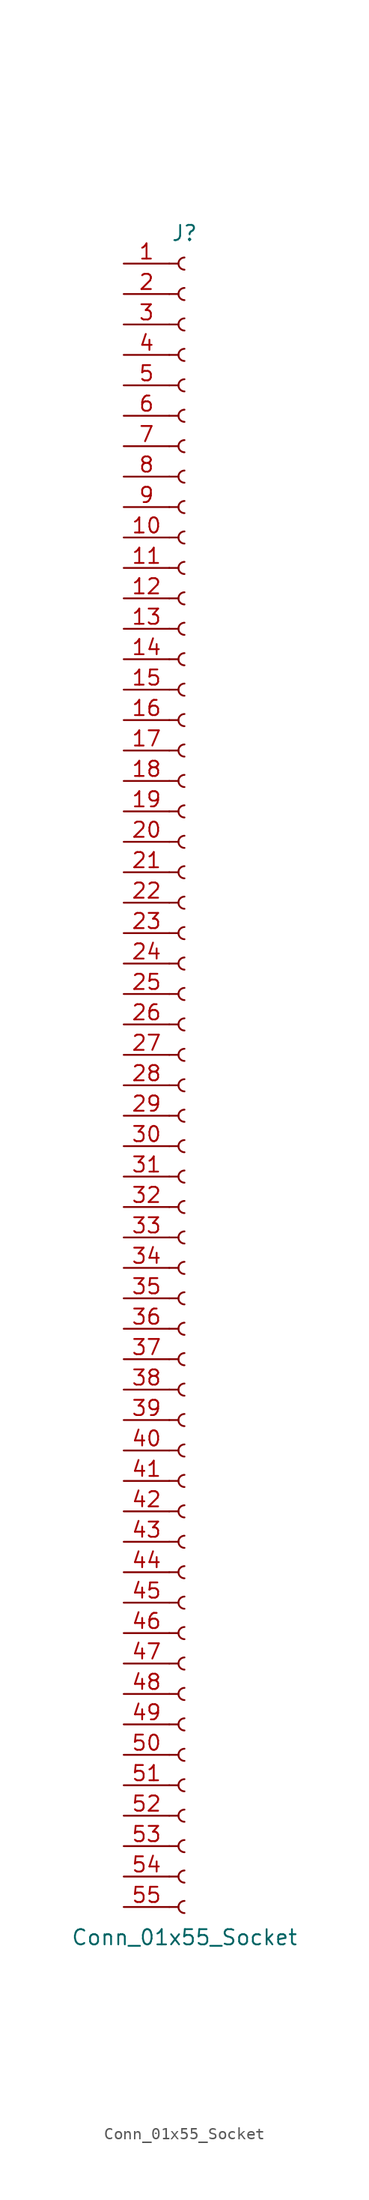
<source format=kicad_sym>
(kicad_symbol_lib
  (version 20220914)
  (generator kicad_symbol_editor)
  (symbol "Conn_01x55_Socket"
    (pin_names
      (offset 1.016) hide)
    (property "Reference" "J"
      (at 0 71.12 0)
      (effects (font (size 1.27 1.27))))
    (property "Value" "Conn_01x55_Socket"
      (at 0 -71.12 0)
      (effects (font (size 1.27 1.27))))
    (property "ki_locked" ""
      (at 0 0 0)
      (effects (font (size 1.27 1.27))))
    (symbol "Conn_01x55_Socket_1_1"
      (arc (start 0 -68.072) (mid -0.5058 -68.58) (end 0 -69.088) (stroke (width 0.1524) (type default)) (fill (type none)))
      (arc (start 0 -65.532) (mid -0.5058 -66.04) (end 0 -66.548) (stroke (width 0.1524) (type default)) (fill (type none)))
      (arc (start 0 -62.992) (mid -0.5058 -63.5) (end 0 -64.008) (stroke (width 0.1524) (type default)) (fill (type none)))
      (arc (start 0 -60.452) (mid -0.5058 -60.96) (end 0 -61.468) (stroke (width 0.1524) (type default)) (fill (type none)))
      (arc (start 0 -57.912) (mid -0.5058 -58.42) (end 0 -58.928) (stroke (width 0.1524) (type default)) (fill (type none)))
      (arc (start 0 -55.372) (mid -0.5058 -55.88) (end 0 -56.388) (stroke (width 0.1524) (type default)) (fill (type none)))
      (arc (start 0 -52.832) (mid -0.5058 -53.34) (end 0 -53.848) (stroke (width 0.1524) (type default)) (fill (type none)))
      (arc (start 0 -50.292) (mid -0.5058 -50.8) (end 0 -51.308) (stroke (width 0.1524) (type default)) (fill (type none)))
      (arc (start 0 -47.752) (mid -0.5058 -48.26) (end 0 -48.768) (stroke (width 0.1524) (type default)) (fill (type none)))
      (arc (start 0 -45.212) (mid -0.5058 -45.72) (end 0 -46.228) (stroke (width 0.1524) (type default)) (fill (type none)))
      (arc (start 0 -42.672) (mid -0.5058 -43.18) (end 0 -43.688) (stroke (width 0.1524) (type default)) (fill (type none)))
      (arc (start 0 -40.132) (mid -0.5058 -40.64) (end 0 -41.148) (stroke (width 0.1524) (type default)) (fill (type none)))
      (arc (start 0 -37.592) (mid -0.5058 -38.1) (end 0 -38.608) (stroke (width 0.1524) (type default)) (fill (type none)))
      (arc (start 0 -35.052) (mid -0.5058 -35.56) (end 0 -36.068) (stroke (width 0.1524) (type default)) (fill (type none)))
      (arc (start 0 -32.512) (mid -0.5058 -33.02) (end 0 -33.528) (stroke (width 0.1524) (type default)) (fill (type none)))
      (arc (start 0 -29.972) (mid -0.5058 -30.48) (end 0 -30.988) (stroke (width 0.1524) (type default)) (fill (type none)))
      (arc (start 0 -27.432) (mid -0.5058 -27.94) (end 0 -28.448) (stroke (width 0.1524) (type default)) (fill (type none)))
      (arc (start 0 -24.892) (mid -0.5058 -25.4) (end 0 -25.908) (stroke (width 0.1524) (type default)) (fill (type none)))
      (arc (start 0 -22.352) (mid -0.5058 -22.86) (end 0 -23.368) (stroke (width 0.1524) (type default)) (fill (type none)))
      (arc (start 0 -19.812) (mid -0.5058 -20.32) (end 0 -20.828) (stroke (width 0.1524) (type default)) (fill (type none)))
      (arc (start 0 -17.272) (mid -0.5058 -17.78) (end 0 -18.288) (stroke (width 0.1524) (type default)) (fill (type none)))
      (arc (start 0 -14.732) (mid -0.5058 -15.24) (end 0 -15.748) (stroke (width 0.1524) (type default)) (fill (type none)))
      (arc (start 0 -12.192) (mid -0.5058 -12.7) (end 0 -13.208) (stroke (width 0.1524) (type default)) (fill (type none)))
      (arc (start 0 -9.652) (mid -0.5058 -10.16) (end 0 -10.668) (stroke (width 0.1524) (type default)) (fill (type none)))
      (arc (start 0 -7.112) (mid -0.5058 -7.62) (end 0 -8.128) (stroke (width 0.1524) (type default)) (fill (type none)))
      (arc (start 0 -4.572) (mid -0.5058 -5.08) (end 0 -5.588) (stroke (width 0.1524) (type default)) (fill (type none)))
      (arc (start 0 -2.032) (mid -0.5058 -2.54) (end 0 -3.048) (stroke (width 0.1524) (type default)) (fill (type none)))
      (polyline (pts (xy -1.27 -68.58) (xy -0.508 -68.58)) (stroke (width 0.152) (type default)) (fill (type none)))
      (polyline (pts (xy -1.27 -66.04) (xy -0.508 -66.04)) (stroke (width 0.152) (type default)) (fill (type none)))
      (polyline (pts (xy -1.27 -63.5) (xy -0.508 -63.5)) (stroke (width 0.152) (type default)) (fill (type none)))
      (polyline (pts (xy -1.27 -60.96) (xy -0.508 -60.96)) (stroke (width 0.152) (type default)) (fill (type none)))
      (polyline (pts (xy -1.27 -58.42) (xy -0.508 -58.42)) (stroke (width 0.152) (type default)) (fill (type none)))
      (polyline (pts (xy -1.27 -55.88) (xy -0.508 -55.88)) (stroke (width 0.152) (type default)) (fill (type none)))
      (polyline (pts (xy -1.27 -53.34) (xy -0.508 -53.34)) (stroke (width 0.152) (type default)) (fill (type none)))
      (polyline (pts (xy -1.27 -50.8) (xy -0.508 -50.8)) (stroke (width 0.152) (type default)) (fill (type none)))
      (polyline (pts (xy -1.27 -48.26) (xy -0.508 -48.26)) (stroke (width 0.152) (type default)) (fill (type none)))
      (polyline (pts (xy -1.27 -45.72) (xy -0.508 -45.72)) (stroke (width 0.152) (type default)) (fill (type none)))
      (polyline (pts (xy -1.27 -43.18) (xy -0.508 -43.18)) (stroke (width 0.152) (type default)) (fill (type none)))
      (polyline (pts (xy -1.27 -40.64) (xy -0.508 -40.64)) (stroke (width 0.152) (type default)) (fill (type none)))
      (polyline (pts (xy -1.27 -38.1) (xy -0.508 -38.1)) (stroke (width 0.152) (type default)) (fill (type none)))
      (polyline (pts (xy -1.27 -35.56) (xy -0.508 -35.56)) (stroke (width 0.152) (type default)) (fill (type none)))
      (polyline (pts (xy -1.27 -33.02) (xy -0.508 -33.02)) (stroke (width 0.152) (type default)) (fill (type none)))
      (polyline (pts (xy -1.27 -30.48) (xy -0.508 -30.48)) (stroke (width 0.152) (type default)) (fill (type none)))
      (polyline (pts (xy -1.27 -27.94) (xy -0.508 -27.94)) (stroke (width 0.152) (type default)) (fill (type none)))
      (polyline (pts (xy -1.27 -25.4) (xy -0.508 -25.4)) (stroke (width 0.152) (type default)) (fill (type none)))
      (polyline (pts (xy -1.27 -22.86) (xy -0.508 -22.86)) (stroke (width 0.152) (type default)) (fill (type none)))
      (polyline (pts (xy -1.27 -20.32) (xy -0.508 -20.32)) (stroke (width 0.152) (type default)) (fill (type none)))
      (polyline (pts (xy -1.27 -17.78) (xy -0.508 -17.78)) (stroke (width 0.152) (type default)) (fill (type none)))
      (polyline (pts (xy -1.27 -15.24) (xy -0.508 -15.24)) (stroke (width 0.152) (type default)) (fill (type none)))
      (polyline (pts (xy -1.27 -12.7) (xy -0.508 -12.7)) (stroke (width 0.152) (type default)) (fill (type none)))
      (polyline (pts (xy -1.27 -10.16) (xy -0.508 -10.16)) (stroke (width 0.152) (type default)) (fill (type none)))
      (polyline (pts (xy -1.27 -7.62) (xy -0.508 -7.62)) (stroke (width 0.152) (type default)) (fill (type none)))
      (polyline (pts (xy -1.27 -5.08) (xy -0.508 -5.08)) (stroke (width 0.152) (type default)) (fill (type none)))
      (polyline (pts (xy -1.27 -2.54) (xy -0.508 -2.54)) (stroke (width 0.152) (type default)) (fill (type none)))
      (polyline (pts (xy -1.27 0) (xy -0.508 0)) (stroke (width 0.152) (type default)) (fill (type none)))
      (polyline (pts (xy -1.27 2.54) (xy -0.508 2.54)) (stroke (width 0.152) (type default)) (fill (type none)))
      (polyline (pts (xy -1.27 5.08) (xy -0.508 5.08)) (stroke (width 0.152) (type default)) (fill (type none)))
      (polyline (pts (xy -1.27 7.62) (xy -0.508 7.62)) (stroke (width 0.152) (type default)) (fill (type none)))
      (polyline (pts (xy -1.27 10.16) (xy -0.508 10.16)) (stroke (width 0.152) (type default)) (fill (type none)))
      (polyline (pts (xy -1.27 12.7) (xy -0.508 12.7)) (stroke (width 0.152) (type default)) (fill (type none)))
      (polyline (pts (xy -1.27 15.24) (xy -0.508 15.24)) (stroke (width 0.152) (type default)) (fill (type none)))
      (polyline (pts (xy -1.27 17.78) (xy -0.508 17.78)) (stroke (width 0.152) (type default)) (fill (type none)))
      (polyline (pts (xy -1.27 20.32) (xy -0.508 20.32)) (stroke (width 0.152) (type default)) (fill (type none)))
      (polyline (pts (xy -1.27 22.86) (xy -0.508 22.86)) (stroke (width 0.152) (type default)) (fill (type none)))
      (polyline (pts (xy -1.27 25.4) (xy -0.508 25.4)) (stroke (width 0.152) (type default)) (fill (type none)))
      (polyline (pts (xy -1.27 27.94) (xy -0.508 27.94)) (stroke (width 0.152) (type default)) (fill (type none)))
      (polyline (pts (xy -1.27 30.48) (xy -0.508 30.48)) (stroke (width 0.152) (type default)) (fill (type none)))
      (polyline (pts (xy -1.27 33.02) (xy -0.508 33.02)) (stroke (width 0.152) (type default)) (fill (type none)))
      (polyline (pts (xy -1.27 35.56) (xy -0.508 35.56)) (stroke (width 0.152) (type default)) (fill (type none)))
      (polyline (pts (xy -1.27 38.1) (xy -0.508 38.1)) (stroke (width 0.152) (type default)) (fill (type none)))
      (polyline (pts (xy -1.27 40.64) (xy -0.508 40.64)) (stroke (width 0.152) (type default)) (fill (type none)))
      (polyline (pts (xy -1.27 43.18) (xy -0.508 43.18)) (stroke (width 0.152) (type default)) (fill (type none)))
      (polyline (pts (xy -1.27 45.72) (xy -0.508 45.72)) (stroke (width 0.152) (type default)) (fill (type none)))
      (polyline (pts (xy -1.27 48.26) (xy -0.508 48.26)) (stroke (width 0.152) (type default)) (fill (type none)))
      (polyline (pts (xy -1.27 50.8) (xy -0.508 50.8)) (stroke (width 0.152) (type default)) (fill (type none)))
      (polyline (pts (xy -1.27 53.34) (xy -0.508 53.34)) (stroke (width 0.152) (type default)) (fill (type none)))
      (polyline (pts (xy -1.27 55.88) (xy -0.508 55.88)) (stroke (width 0.152) (type default)) (fill (type none)))
      (polyline (pts (xy -1.27 58.42) (xy -0.508 58.42)) (stroke (width 0.152) (type default)) (fill (type none)))
      (polyline (pts (xy -1.27 60.96) (xy -0.508 60.96)) (stroke (width 0.152) (type default)) (fill (type none)))
      (polyline (pts (xy -1.27 63.5) (xy -0.508 63.5)) (stroke (width 0.152) (type default)) (fill (type none)))
      (polyline (pts (xy -1.27 66.04) (xy -0.508 66.04)) (stroke (width 0.152) (type default)) (fill (type none)))
      (polyline (pts (xy -1.27 68.58) (xy -0.508 68.58)) (stroke (width 0.152) (type default)) (fill (type none)))
      (arc (start 0 0.508) (mid -0.5058 0) (end 0 -0.508) (stroke (width 0.1524) (type default)) (fill (type none)))
      (arc (start 0 3.048) (mid -0.5058 2.54) (end 0 2.032) (stroke (width 0.1524) (type default)) (fill (type none)))
      (arc (start 0 5.588) (mid -0.5058 5.08) (end 0 4.572) (stroke (width 0.1524) (type default)) (fill (type none)))
      (arc (start 0 8.128) (mid -0.5058 7.62) (end 0 7.112) (stroke (width 0.1524) (type default)) (fill (type none)))
      (arc (start 0 10.668) (mid -0.5058 10.16) (end 0 9.652) (stroke (width 0.1524) (type default)) (fill (type none)))
      (arc (start 0 13.208) (mid -0.5058 12.7) (end 0 12.192) (stroke (width 0.1524) (type default)) (fill (type none)))
      (arc (start 0 15.748) (mid -0.5058 15.24) (end 0 14.732) (stroke (width 0.1524) (type default)) (fill (type none)))
      (arc (start 0 18.288) (mid -0.5058 17.78) (end 0 17.272) (stroke (width 0.1524) (type default)) (fill (type none)))
      (arc (start 0 20.828) (mid -0.5058 20.32) (end 0 19.812) (stroke (width 0.1524) (type default)) (fill (type none)))
      (arc (start 0 23.368) (mid -0.5058 22.86) (end 0 22.352) (stroke (width 0.1524) (type default)) (fill (type none)))
      (arc (start 0 25.908) (mid -0.5058 25.4) (end 0 24.892) (stroke (width 0.1524) (type default)) (fill (type none)))
      (arc (start 0 28.448) (mid -0.5058 27.94) (end 0 27.432) (stroke (width 0.1524) (type default)) (fill (type none)))
      (arc (start 0 30.988) (mid -0.5058 30.48) (end 0 29.972) (stroke (width 0.1524) (type default)) (fill (type none)))
      (arc (start 0 33.528) (mid -0.5058 33.02) (end 0 32.512) (stroke (width 0.1524) (type default)) (fill (type none)))
      (arc (start 0 36.068) (mid -0.5058 35.56) (end 0 35.052) (stroke (width 0.1524) (type default)) (fill (type none)))
      (arc (start 0 38.608) (mid -0.5058 38.1) (end 0 37.592) (stroke (width 0.1524) (type default)) (fill (type none)))
      (arc (start 0 41.148) (mid -0.5058 40.64) (end 0 40.132) (stroke (width 0.1524) (type default)) (fill (type none)))
      (arc (start 0 43.688) (mid -0.5058 43.18) (end 0 42.672) (stroke (width 0.1524) (type default)) (fill (type none)))
      (arc (start 0 46.228) (mid -0.5058 45.72) (end 0 45.212) (stroke (width 0.1524) (type default)) (fill (type none)))
      (arc (start 0 48.768) (mid -0.5058 48.26) (end 0 47.752) (stroke (width 0.1524) (type default)) (fill (type none)))
      (arc (start 0 51.308) (mid -0.5058 50.8) (end 0 50.292) (stroke (width 0.1524) (type default)) (fill (type none)))
      (arc (start 0 53.848) (mid -0.5058 53.34) (end 0 52.832) (stroke (width 0.1524) (type default)) (fill (type none)))
      (arc (start 0 56.388) (mid -0.5058 55.88) (end 0 55.372) (stroke (width 0.1524) (type default)) (fill (type none)))
      (arc (start 0 58.928) (mid -0.5058 58.42) (end 0 57.912) (stroke (width 0.1524) (type default)) (fill (type none)))
      (arc (start 0 61.468) (mid -0.5058 60.96) (end 0 60.452) (stroke (width 0.1524) (type default)) (fill (type none)))
      (arc (start 0 64.008) (mid -0.5058 63.5) (end 0 62.992) (stroke (width 0.1524) (type default)) (fill (type none)))
      (arc (start 0 66.548) (mid -0.5058 66.04) (end 0 65.532) (stroke (width 0.1524) (type default)) (fill (type none)))
      (arc (start 0 69.088) (mid -0.5058 68.58) (end 0 68.072) (stroke (width 0.1524) (type default)) (fill (type none)))
      (pin passive line (at -5.08 68.58 0) (length 3.81) (name "Pin_1" (effects (font (size 1.27 1.27)))) (number "1" (effects (font (size 1.27 1.27)))))
      (pin passive line (at -5.08 45.72 0) (length 3.81) (name "Pin_10" (effects (font (size 1.27 1.27)))) (number "10" (effects (font (size 1.27 1.27)))))
      (pin passive line (at -5.08 43.18 0) (length 3.81) (name "Pin_11" (effects (font (size 1.27 1.27)))) (number "11" (effects (font (size 1.27 1.27)))))
      (pin passive line (at -5.08 40.64 0) (length 3.81) (name "Pin_12" (effects (font (size 1.27 1.27)))) (number "12" (effects (font (size 1.27 1.27)))))
      (pin passive line (at -5.08 38.1 0) (length 3.81) (name "Pin_13" (effects (font (size 1.27 1.27)))) (number "13" (effects (font (size 1.27 1.27)))))
      (pin passive line (at -5.08 35.56 0) (length 3.81) (name "Pin_14" (effects (font (size 1.27 1.27)))) (number "14" (effects (font (size 1.27 1.27)))))
      (pin passive line (at -5.08 33.02 0) (length 3.81) (name "Pin_15" (effects (font (size 1.27 1.27)))) (number "15" (effects (font (size 1.27 1.27)))))
      (pin passive line (at -5.08 30.48 0) (length 3.81) (name "Pin_16" (effects (font (size 1.27 1.27)))) (number "16" (effects (font (size 1.27 1.27)))))
      (pin passive line (at -5.08 27.94 0) (length 3.81) (name "Pin_17" (effects (font (size 1.27 1.27)))) (number "17" (effects (font (size 1.27 1.27)))))
      (pin passive line (at -5.08 25.4 0) (length 3.81) (name "Pin_18" (effects (font (size 1.27 1.27)))) (number "18" (effects (font (size 1.27 1.27)))))
      (pin passive line (at -5.08 22.86 0) (length 3.81) (name "Pin_19" (effects (font (size 1.27 1.27)))) (number "19" (effects (font (size 1.27 1.27)))))
      (pin passive line (at -5.08 66.04 0) (length 3.81) (name "Pin_2" (effects (font (size 1.27 1.27)))) (number "2" (effects (font (size 1.27 1.27)))))
      (pin passive line (at -5.08 20.32 0) (length 3.81) (name "Pin_20" (effects (font (size 1.27 1.27)))) (number "20" (effects (font (size 1.27 1.27)))))
      (pin passive line (at -5.08 17.78 0) (length 3.81) (name "Pin_21" (effects (font (size 1.27 1.27)))) (number "21" (effects (font (size 1.27 1.27)))))
      (pin passive line (at -5.08 15.24 0) (length 3.81) (name "Pin_22" (effects (font (size 1.27 1.27)))) (number "22" (effects (font (size 1.27 1.27)))))
      (pin passive line (at -5.08 12.7 0) (length 3.81) (name "Pin_23" (effects (font (size 1.27 1.27)))) (number "23" (effects (font (size 1.27 1.27)))))
      (pin passive line (at -5.08 10.16 0) (length 3.81) (name "Pin_24" (effects (font (size 1.27 1.27)))) (number "24" (effects (font (size 1.27 1.27)))))
      (pin passive line (at -5.08 7.62 0) (length 3.81) (name "Pin_25" (effects (font (size 1.27 1.27)))) (number "25" (effects (font (size 1.27 1.27)))))
      (pin passive line (at -5.08 5.08 0) (length 3.81) (name "Pin_26" (effects (font (size 1.27 1.27)))) (number "26" (effects (font (size 1.27 1.27)))))
      (pin passive line (at -5.08 2.54 0) (length 3.81) (name "Pin_27" (effects (font (size 1.27 1.27)))) (number "27" (effects (font (size 1.27 1.27)))))
      (pin passive line (at -5.08 0 0) (length 3.81) (name "Pin_28" (effects (font (size 1.27 1.27)))) (number "28" (effects (font (size 1.27 1.27)))))
      (pin passive line (at -5.08 -2.54 0) (length 3.81) (name "Pin_29" (effects (font (size 1.27 1.27)))) (number "29" (effects (font (size 1.27 1.27)))))
      (pin passive line (at -5.08 63.5 0) (length 3.81) (name "Pin_3" (effects (font (size 1.27 1.27)))) (number "3" (effects (font (size 1.27 1.27)))))
      (pin passive line (at -5.08 -5.08 0) (length 3.81) (name "Pin_30" (effects (font (size 1.27 1.27)))) (number "30" (effects (font (size 1.27 1.27)))))
      (pin passive line (at -5.08 -7.62 0) (length 3.81) (name "Pin_31" (effects (font (size 1.27 1.27)))) (number "31" (effects (font (size 1.27 1.27)))))
      (pin passive line (at -5.08 -10.16 0) (length 3.81) (name "Pin_32" (effects (font (size 1.27 1.27)))) (number "32" (effects (font (size 1.27 1.27)))))
      (pin passive line (at -5.08 -12.7 0) (length 3.81) (name "Pin_33" (effects (font (size 1.27 1.27)))) (number "33" (effects (font (size 1.27 1.27)))))
      (pin passive line (at -5.08 -15.24 0) (length 3.81) (name "Pin_34" (effects (font (size 1.27 1.27)))) (number "34" (effects (font (size 1.27 1.27)))))
      (pin passive line (at -5.08 -17.78 0) (length 3.81) (name "Pin_35" (effects (font (size 1.27 1.27)))) (number "35" (effects (font (size 1.27 1.27)))))
      (pin passive line (at -5.08 -20.32 0) (length 3.81) (name "Pin_36" (effects (font (size 1.27 1.27)))) (number "36" (effects (font (size 1.27 1.27)))))
      (pin passive line (at -5.08 -22.86 0) (length 3.81) (name "Pin_37" (effects (font (size 1.27 1.27)))) (number "37" (effects (font (size 1.27 1.27)))))
      (pin passive line (at -5.08 -25.4 0) (length 3.81) (name "Pin_38" (effects (font (size 1.27 1.27)))) (number "38" (effects (font (size 1.27 1.27)))))
      (pin passive line (at -5.08 -27.94 0) (length 3.81) (name "Pin_39" (effects (font (size 1.27 1.27)))) (number "39" (effects (font (size 1.27 1.27)))))
      (pin passive line (at -5.08 60.96 0) (length 3.81) (name "Pin_4" (effects (font (size 1.27 1.27)))) (number "4" (effects (font (size 1.27 1.27)))))
      (pin passive line (at -5.08 -30.48 0) (length 3.81) (name "Pin_40" (effects (font (size 1.27 1.27)))) (number "40" (effects (font (size 1.27 1.27)))))
      (pin passive line (at -5.08 -33.02 0) (length 3.81) (name "Pin_41" (effects (font (size 1.27 1.27)))) (number "41" (effects (font (size 1.27 1.27)))))
      (pin passive line (at -5.08 -35.56 0) (length 3.81) (name "Pin_42" (effects (font (size 1.27 1.27)))) (number "42" (effects (font (size 1.27 1.27)))))
      (pin passive line (at -5.08 -38.1 0) (length 3.81) (name "Pin_43" (effects (font (size 1.27 1.27)))) (number "43" (effects (font (size 1.27 1.27)))))
      (pin passive line (at -5.08 -40.64 0) (length 3.81) (name "Pin_44" (effects (font (size 1.27 1.27)))) (number "44" (effects (font (size 1.27 1.27)))))
      (pin passive line (at -5.08 -43.18 0) (length 3.81) (name "Pin_45" (effects (font (size 1.27 1.27)))) (number "45" (effects (font (size 1.27 1.27)))))
      (pin passive line (at -5.08 -45.72 0) (length 3.81) (name "Pin_46" (effects (font (size 1.27 1.27)))) (number "46" (effects (font (size 1.27 1.27)))))
      (pin passive line (at -5.08 -48.26 0) (length 3.81) (name "Pin_47" (effects (font (size 1.27 1.27)))) (number "47" (effects (font (size 1.27 1.27)))))
      (pin passive line (at -5.08 -50.8 0) (length 3.81) (name "Pin_48" (effects (font (size 1.27 1.27)))) (number "48" (effects (font (size 1.27 1.27)))))
      (pin passive line (at -5.08 -53.34 0) (length 3.81) (name "Pin_49" (effects (font (size 1.27 1.27)))) (number "49" (effects (font (size 1.27 1.27)))))
      (pin passive line (at -5.08 58.42 0) (length 3.81) (name "Pin_5" (effects (font (size 1.27 1.27)))) (number "5" (effects (font (size 1.27 1.27)))))
      (pin passive line (at -5.08 -55.88 0) (length 3.81) (name "Pin_50" (effects (font (size 1.27 1.27)))) (number "50" (effects (font (size 1.27 1.27)))))
      (pin passive line (at -5.08 -58.42 0) (length 3.81) (name "Pin_51" (effects (font (size 1.27 1.27)))) (number "51" (effects (font (size 1.27 1.27)))))
      (pin passive line (at -5.08 -60.96 0) (length 3.81) (name "Pin_52" (effects (font (size 1.27 1.27)))) (number "52" (effects (font (size 1.27 1.27)))))
      (pin passive line (at -5.08 -63.5 0) (length 3.81) (name "Pin_53" (effects (font (size 1.27 1.27)))) (number "53" (effects (font (size 1.27 1.27)))))
      (pin passive line (at -5.08 -66.04 0) (length 3.81) (name "Pin_54" (effects (font (size 1.27 1.27)))) (number "54" (effects (font (size 1.27 1.27)))))
      (pin passive line (at -5.08 -68.58 0) (length 3.81) (name "Pin_55" (effects (font (size 1.27 1.27)))) (number "55" (effects (font (size 1.27 1.27)))))
      (pin passive line (at -5.08 55.88 0) (length 3.81) (name "Pin_6" (effects (font (size 1.27 1.27)))) (number "6" (effects (font (size 1.27 1.27)))))
      (pin passive line (at -5.08 53.34 0) (length 3.81) (name "Pin_7" (effects (font (size 1.27 1.27)))) (number "7" (effects (font (size 1.27 1.27)))))
      (pin passive line (at -5.08 50.8 0) (length 3.81) (name "Pin_8" (effects (font (size 1.27 1.27)))) (number "8" (effects (font (size 1.27 1.27)))))
      (pin passive line (at -5.08 48.26 0) (length 3.81) (name "Pin_9" (effects (font (size 1.27 1.27)))) (number "9" (effects (font (size 1.27 1.27))))))))
</source>
